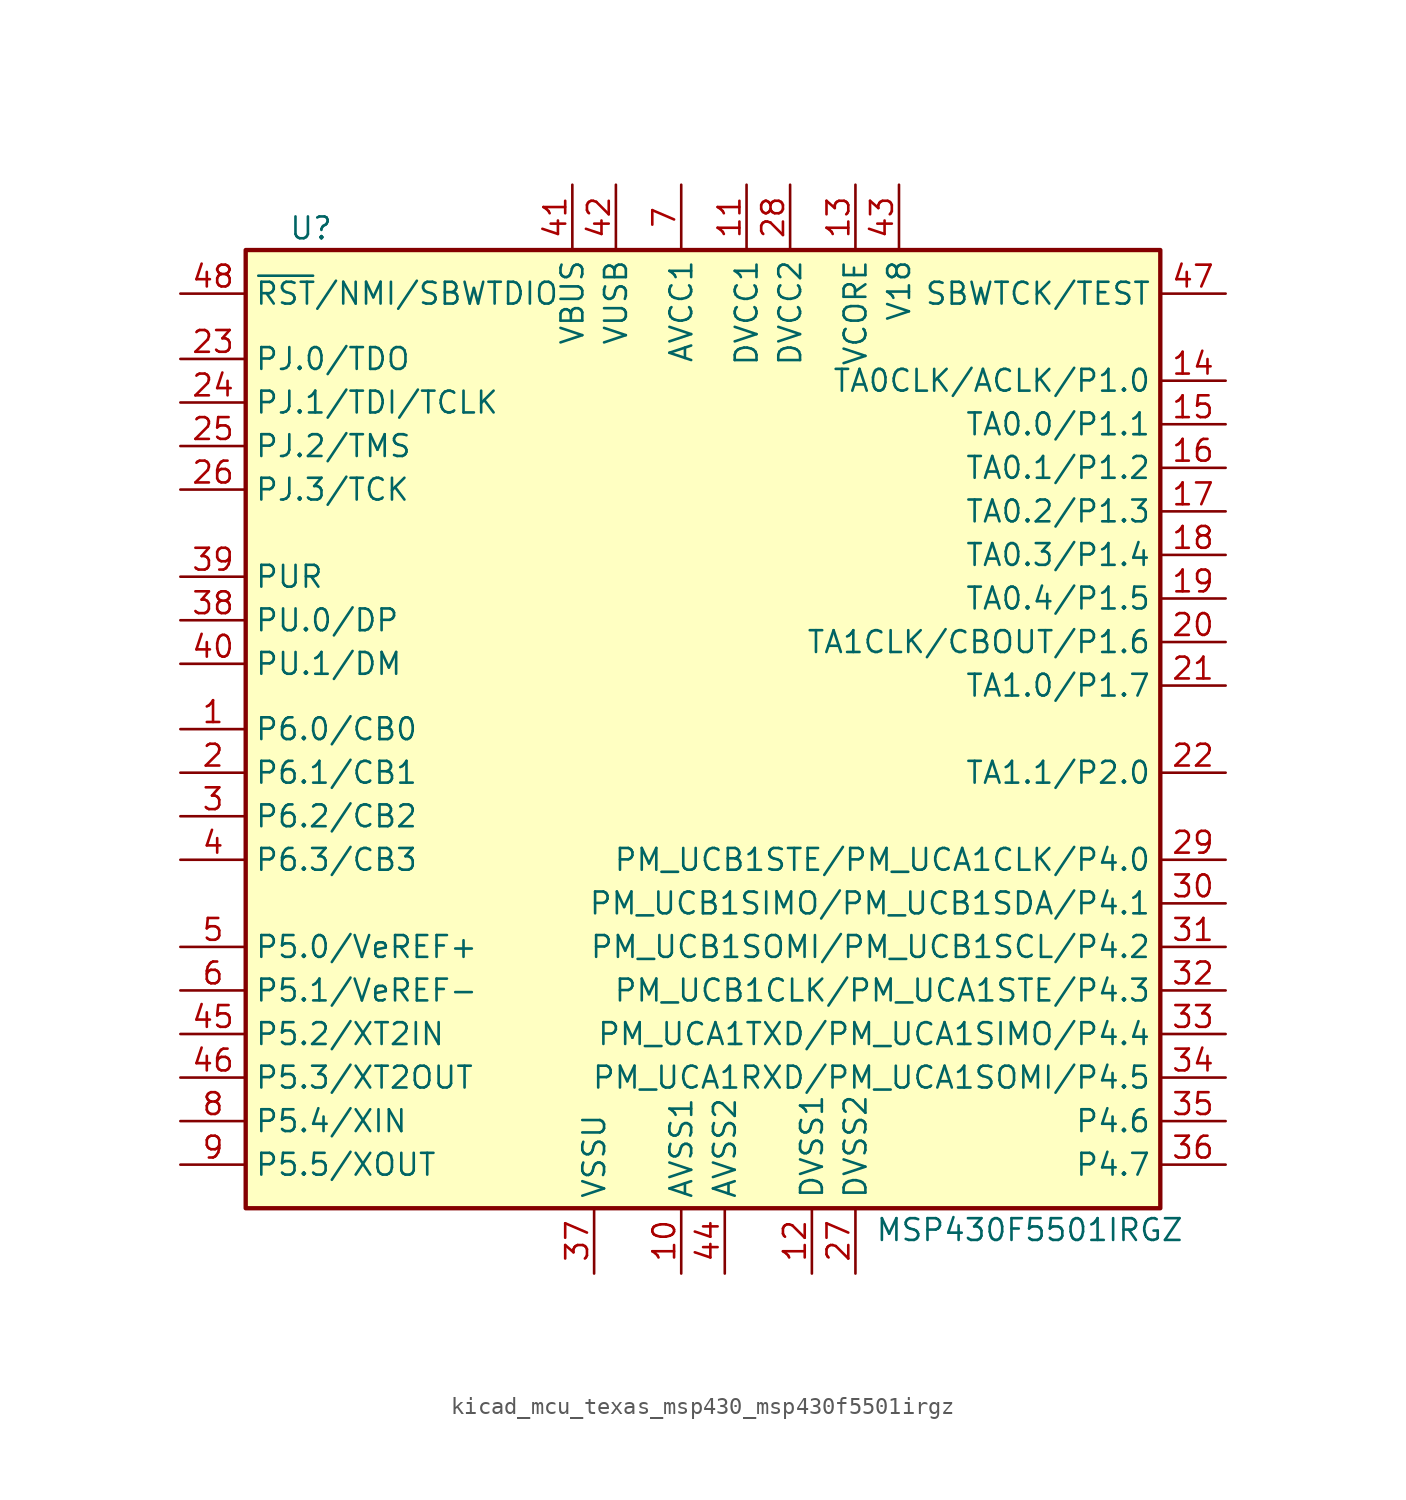
<source format=kicad_sym>
(kicad_symbol_lib
  (version 20220914)
  (generator kicad_symbol_editor)
  (symbol "kicad_mcu_texas_msp430_msp430f5501irgz"
    (property "Reference" "U"
      (at -22.86 29.21 0)
      (effects (font (size 1.27 1.27))))
    (property "Value" "MSP430F5501IRGZ"
      (at 19.05 -29.21 0)
      (effects (font (size 1.27 1.27))))
    (symbol "kicad_mcu_texas_msp430_msp430f5501irgz_0_1"
      (rectangle (start -26.67 27.94) (end 26.67 -27.94) (stroke (width 0.254) (type default)) (fill (type background))))
    (symbol "kicad_mcu_texas_msp430_msp430f5501irgz_1_1"
      (pin bidirectional line (at -30.48 0 0) (length 3.81) (name "P6.0/CB0" (effects (font (size 1.27 1.27)))) (number "1" (effects (font (size 1.27 1.27)))))
      (pin power_in line (at -1.27 -31.75 90) (length 3.81) (name "AVSS1" (effects (font (size 1.27 1.27)))) (number "10" (effects (font (size 1.27 1.27)))))
      (pin power_in line (at 2.54 31.75 270) (length 3.81) (name "DVCC1" (effects (font (size 1.27 1.27)))) (number "11" (effects (font (size 1.27 1.27)))))
      (pin power_in line (at 6.35 -31.75 90) (length 3.81) (name "DVSS1" (effects (font (size 1.27 1.27)))) (number "12" (effects (font (size 1.27 1.27)))))
      (pin passive line (at 8.89 31.75 270) (length 3.81) (name "VCORE" (effects (font (size 1.27 1.27)))) (number "13" (effects (font (size 1.27 1.27)))))
      (pin bidirectional line (at 30.48 20.32 180) (length 3.81) (name "TA0CLK/ACLK/P1.0" (effects (font (size 1.27 1.27)))) (number "14" (effects (font (size 1.27 1.27)))))
      (pin bidirectional line (at 30.48 17.78 180) (length 3.81) (name "TA0.0/P1.1" (effects (font (size 1.27 1.27)))) (number "15" (effects (font (size 1.27 1.27)))))
      (pin bidirectional line (at 30.48 15.24 180) (length 3.81) (name "TA0.1/P1.2" (effects (font (size 1.27 1.27)))) (number "16" (effects (font (size 1.27 1.27)))))
      (pin bidirectional line (at 30.48 12.7 180) (length 3.81) (name "TA0.2/P1.3" (effects (font (size 1.27 1.27)))) (number "17" (effects (font (size 1.27 1.27)))))
      (pin bidirectional line (at 30.48 10.16 180) (length 3.81) (name "TA0.3/P1.4" (effects (font (size 1.27 1.27)))) (number "18" (effects (font (size 1.27 1.27)))))
      (pin bidirectional line (at 30.48 7.62 180) (length 3.81) (name "TA0.4/P1.5" (effects (font (size 1.27 1.27)))) (number "19" (effects (font (size 1.27 1.27)))))
      (pin bidirectional line (at -30.48 -2.54 0) (length 3.81) (name "P6.1/CB1" (effects (font (size 1.27 1.27)))) (number "2" (effects (font (size 1.27 1.27)))))
      (pin bidirectional line (at 30.48 5.08 180) (length 3.81) (name "TA1CLK/CBOUT/P1.6" (effects (font (size 1.27 1.27)))) (number "20" (effects (font (size 1.27 1.27)))))
      (pin bidirectional line (at 30.48 2.54 180) (length 3.81) (name "TA1.0/P1.7" (effects (font (size 1.27 1.27)))) (number "21" (effects (font (size 1.27 1.27)))))
      (pin bidirectional line (at 30.48 -2.54 180) (length 3.81) (name "TA1.1/P2.0" (effects (font (size 1.27 1.27)))) (number "22" (effects (font (size 1.27 1.27)))))
      (pin bidirectional line (at -30.48 21.59 0) (length 3.81) (name "PJ.0/TDO" (effects (font (size 1.27 1.27)))) (number "23" (effects (font (size 1.27 1.27)))))
      (pin bidirectional line (at -30.48 19.05 0) (length 3.81) (name "PJ.1/TDI/TCLK" (effects (font (size 1.27 1.27)))) (number "24" (effects (font (size 1.27 1.27)))))
      (pin bidirectional line (at -30.48 16.51 0) (length 3.81) (name "PJ.2/TMS" (effects (font (size 1.27 1.27)))) (number "25" (effects (font (size 1.27 1.27)))))
      (pin bidirectional line (at -30.48 13.97 0) (length 3.81) (name "PJ.3/TCK" (effects (font (size 1.27 1.27)))) (number "26" (effects (font (size 1.27 1.27)))))
      (pin power_in line (at 8.89 -31.75 90) (length 3.81) (name "DVSS2" (effects (font (size 1.27 1.27)))) (number "27" (effects (font (size 1.27 1.27)))))
      (pin power_in line (at 5.08 31.75 270) (length 3.81) (name "DVCC2" (effects (font (size 1.27 1.27)))) (number "28" (effects (font (size 1.27 1.27)))))
      (pin bidirectional line (at 30.48 -7.62 180) (length 3.81) (name "PM_UCB1STE/PM_UCA1CLK/P4.0" (effects (font (size 1.27 1.27)))) (number "29" (effects (font (size 1.27 1.27)))))
      (pin bidirectional line (at -30.48 -5.08 0) (length 3.81) (name "P6.2/CB2" (effects (font (size 1.27 1.27)))) (number "3" (effects (font (size 1.27 1.27)))))
      (pin bidirectional line (at 30.48 -10.16 180) (length 3.81) (name "PM_UCB1SIMO/PM_UCB1SDA/P4.1" (effects (font (size 1.27 1.27)))) (number "30" (effects (font (size 1.27 1.27)))))
      (pin bidirectional line (at 30.48 -12.7 180) (length 3.81) (name "PM_UCB1SOMI/PM_UCB1SCL/P4.2" (effects (font (size 1.27 1.27)))) (number "31" (effects (font (size 1.27 1.27)))))
      (pin bidirectional line (at 30.48 -15.24 180) (length 3.81) (name "PM_UCB1CLK/PM_UCA1STE/P4.3" (effects (font (size 1.27 1.27)))) (number "32" (effects (font (size 1.27 1.27)))))
      (pin bidirectional line (at 30.48 -17.78 180) (length 3.81) (name "PM_UCA1TXD/PM_UCA1SIMO/P4.4" (effects (font (size 1.27 1.27)))) (number "33" (effects (font (size 1.27 1.27)))))
      (pin bidirectional line (at 30.48 -20.32 180) (length 3.81) (name "PM_UCA1RXD/PM_UCA1SOMI/P4.5" (effects (font (size 1.27 1.27)))) (number "34" (effects (font (size 1.27 1.27)))))
      (pin bidirectional line (at 30.48 -22.86 180) (length 3.81) (name "P4.6" (effects (font (size 1.27 1.27)))) (number "35" (effects (font (size 1.27 1.27)))))
      (pin bidirectional line (at 30.48 -25.4 180) (length 3.81) (name "P4.7" (effects (font (size 1.27 1.27)))) (number "36" (effects (font (size 1.27 1.27)))))
      (pin power_in line (at -6.35 -31.75 90) (length 3.81) (name "VSSU" (effects (font (size 1.27 1.27)))) (number "37" (effects (font (size 1.27 1.27)))))
      (pin bidirectional line (at -30.48 6.35 0) (length 3.81) (name "PU.0/DP" (effects (font (size 1.27 1.27)))) (number "38" (effects (font (size 1.27 1.27)))))
      (pin bidirectional line (at -30.48 8.89 0) (length 3.81) (name "PUR" (effects (font (size 1.27 1.27)))) (number "39" (effects (font (size 1.27 1.27)))))
      (pin bidirectional line (at -30.48 -7.62 0) (length 3.81) (name "P6.3/CB3" (effects (font (size 1.27 1.27)))) (number "4" (effects (font (size 1.27 1.27)))))
      (pin bidirectional line (at -30.48 3.81 0) (length 3.81) (name "PU.1/DM" (effects (font (size 1.27 1.27)))) (number "40" (effects (font (size 1.27 1.27)))))
      (pin power_in line (at -7.62 31.75 270) (length 3.81) (name "VBUS" (effects (font (size 1.27 1.27)))) (number "41" (effects (font (size 1.27 1.27)))))
      (pin power_out line (at -5.08 31.75 270) (length 3.81) (name "VUSB" (effects (font (size 1.27 1.27)))) (number "42" (effects (font (size 1.27 1.27)))))
      (pin passive line (at 11.43 31.75 270) (length 3.81) (name "V18" (effects (font (size 1.27 1.27)))) (number "43" (effects (font (size 1.27 1.27)))))
      (pin power_in line (at 1.27 -31.75 90) (length 3.81) (name "AVSS2" (effects (font (size 1.27 1.27)))) (number "44" (effects (font (size 1.27 1.27)))))
      (pin bidirectional line (at -30.48 -17.78 0) (length 3.81) (name "P5.2/XT2IN" (effects (font (size 1.27 1.27)))) (number "45" (effects (font (size 1.27 1.27)))))
      (pin bidirectional line (at -30.48 -20.32 0) (length 3.81) (name "P5.3/XT2OUT" (effects (font (size 1.27 1.27)))) (number "46" (effects (font (size 1.27 1.27)))))
      (pin input line (at 30.48 25.4 180) (length 3.81) (name "SBWTCK/TEST" (effects (font (size 1.27 1.27)))) (number "47" (effects (font (size 1.27 1.27)))))
      (pin input line (at -30.48 25.4 0) (length 3.81) (name "~{RST}/NMI/SBWTDIO" (effects (font (size 1.27 1.27)))) (number "48" (effects (font (size 1.27 1.27)))))
      (pin bidirectional line (at -30.48 -12.7 0) (length 3.81) (name "P5.0/VeREF+" (effects (font (size 1.27 1.27)))) (number "5" (effects (font (size 1.27 1.27)))))
      (pin bidirectional line (at -30.48 -15.24 0) (length 3.81) (name "P5.1/VeREF-" (effects (font (size 1.27 1.27)))) (number "6" (effects (font (size 1.27 1.27)))))
      (pin power_in line (at -1.27 31.75 270) (length 3.81) (name "AVCC1" (effects (font (size 1.27 1.27)))) (number "7" (effects (font (size 1.27 1.27)))))
      (pin bidirectional line (at -30.48 -22.86 0) (length 3.81) (name "P5.4/XIN" (effects (font (size 1.27 1.27)))) (number "8" (effects (font (size 1.27 1.27)))))
      (pin bidirectional line (at -30.48 -25.4 0) (length 3.81) (name "P5.5/XOUT" (effects (font (size 1.27 1.27)))) (number "9" (effects (font (size 1.27 1.27))))))))
</source>
